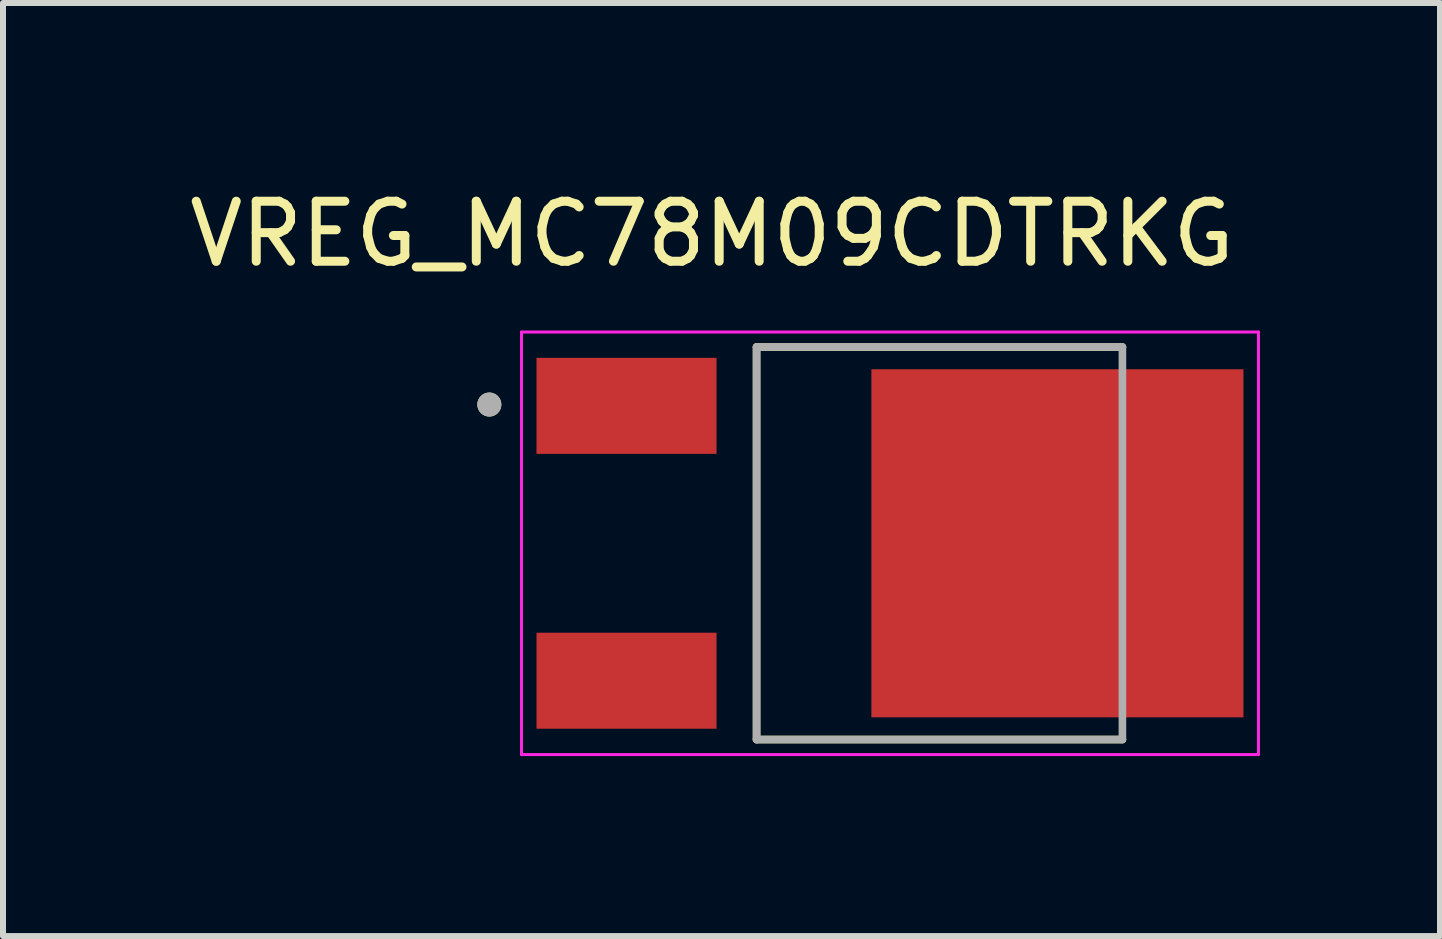
<source format=kicad_pcb>
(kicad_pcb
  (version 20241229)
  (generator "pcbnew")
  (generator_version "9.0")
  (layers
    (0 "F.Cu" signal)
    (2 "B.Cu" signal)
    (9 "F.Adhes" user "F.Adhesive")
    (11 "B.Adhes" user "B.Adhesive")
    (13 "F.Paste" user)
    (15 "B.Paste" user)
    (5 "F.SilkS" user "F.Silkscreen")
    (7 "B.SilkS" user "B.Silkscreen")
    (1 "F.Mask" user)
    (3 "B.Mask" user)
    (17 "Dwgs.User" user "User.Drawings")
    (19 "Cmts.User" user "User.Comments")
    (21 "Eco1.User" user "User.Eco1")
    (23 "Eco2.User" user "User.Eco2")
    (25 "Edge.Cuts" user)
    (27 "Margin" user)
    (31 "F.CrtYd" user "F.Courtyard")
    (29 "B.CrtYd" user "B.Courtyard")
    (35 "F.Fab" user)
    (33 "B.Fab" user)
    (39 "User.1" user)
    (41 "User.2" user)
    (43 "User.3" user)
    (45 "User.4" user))
  (footprint "VREG_MC78M09CDTRKG"
    (layer "F.Cu")
    (at 11.78 6.003)
    (property "Reference" "VREG_MC78M09CDTRKG" (at -2.965 -5.155 0) (layer "F.SilkS") (effects (font (size 1 1) (thickness 0.15))))
    (attr smd)
    (fp_line (start -2.223 -3.27) (end 3.873 -3.27) (stroke (width 0.127) (type solid)) (layer "F.SilkS"))
    (fp_line (start -2.223 3.27) (end -2.223 -3.27) (stroke (width 0.127) (type solid)) (layer "F.SilkS"))
    (fp_line (start 3.873 3.27) (end -2.223 3.27) (stroke (width 0.127) (type solid)) (layer "F.SilkS"))
    (fp_circle (center -6.676 -2.312) (end -6.576 -2.312) (stroke (width 0.2) (type solid)) (fill no) (layer "F.SilkS"))
    (fp_poly (pts (xy 0.065 -2.35) (xy 1.395 -2.35) (xy 1.395 -0.55) (xy 0.065 -0.55)) (stroke (width 0.01) (type solid)) (fill yes) (layer "F.Paste"))
    (fp_poly (pts (xy 0.065 0.55) (xy 1.395 0.55) (xy 1.395 2.35) (xy 0.065 2.35)) (stroke (width 0.01) (type solid)) (fill yes) (layer "F.Paste"))
    (fp_poly (pts (xy 2.125 -2.35) (xy 3.455 -2.35) (xy 3.455 -0.55) (xy 2.125 -0.55)) (stroke (width 0.01) (type solid)) (fill yes) (layer "F.Paste"))
    (fp_poly (pts (xy 2.125 0.55) (xy 3.455 0.55) (xy 3.455 2.35) (xy 2.125 2.35)) (stroke (width 0.01) (type solid)) (fill yes) (layer "F.Paste"))
    (fp_poly (pts (xy 4.185 -2.35) (xy 5.515 -2.35) (xy 5.515 -0.55) (xy 4.185 -0.55)) (stroke (width 0.01) (type solid)) (fill yes) (layer "F.Paste"))
    (fp_poly (pts (xy 4.185 0.55) (xy 5.515 0.55) (xy 5.515 2.35) (xy 4.185 2.35)) (stroke (width 0.01) (type solid)) (fill yes) (layer "F.Paste"))
    (fp_line (start -6.14 -3.52) (end -6.14 3.52) (stroke (width 0.05) (type solid)) (layer "F.CrtYd"))
    (fp_line (start -6.14 3.52) (end 6.14 3.52) (stroke (width 0.05) (type solid)) (layer "F.CrtYd"))
    (fp_line (start 6.14 -3.52) (end -6.14 -3.52) (stroke (width 0.05) (type solid)) (layer "F.CrtYd"))
    (fp_line (start 6.14 3.52) (end 6.14 -3.52) (stroke (width 0.05) (type solid)) (layer "F.CrtYd"))
    (fp_line (start -2.223 -3.27) (end 3.873 -3.27) (stroke (width 0.127) (type solid)) (layer "F.Fab"))
    (fp_line (start -2.223 3.27) (end -2.223 -3.27) (stroke (width 0.127) (type solid)) (layer "F.Fab"))
    (fp_line (start 3.873 -3.27) (end 3.873 3.27) (stroke (width 0.127) (type solid)) (layer "F.Fab"))
    (fp_line (start 3.873 3.27) (end -2.223 3.27) (stroke (width 0.127) (type solid)) (layer "F.Fab"))
    (fp_circle (center -6.676 -2.312) (end -6.576 -2.312) (stroke (width 0.2) (type solid)) (fill no) (layer "F.Fab"))
    (pad "1" smd rect (at -4.39 -2.29) (size 3 1.6) (layers "F.Cu" "F.Mask" "F.Paste"))
    (pad "2_4" smd rect (at 2.79 0) (size 6.2 5.8) (layers "F.Cu" "F.Mask"))
    (pad "3" smd rect (at -4.39 2.29) (size 3 1.6) (layers "F.Cu" "F.Mask" "F.Paste")))
  (gr_rect
    (start -3 -3)
    (end 20.945 12.548)
    (stroke (width 0.1) (type default))
    (fill no)
    (layer "Edge.Cuts")))
</source>
